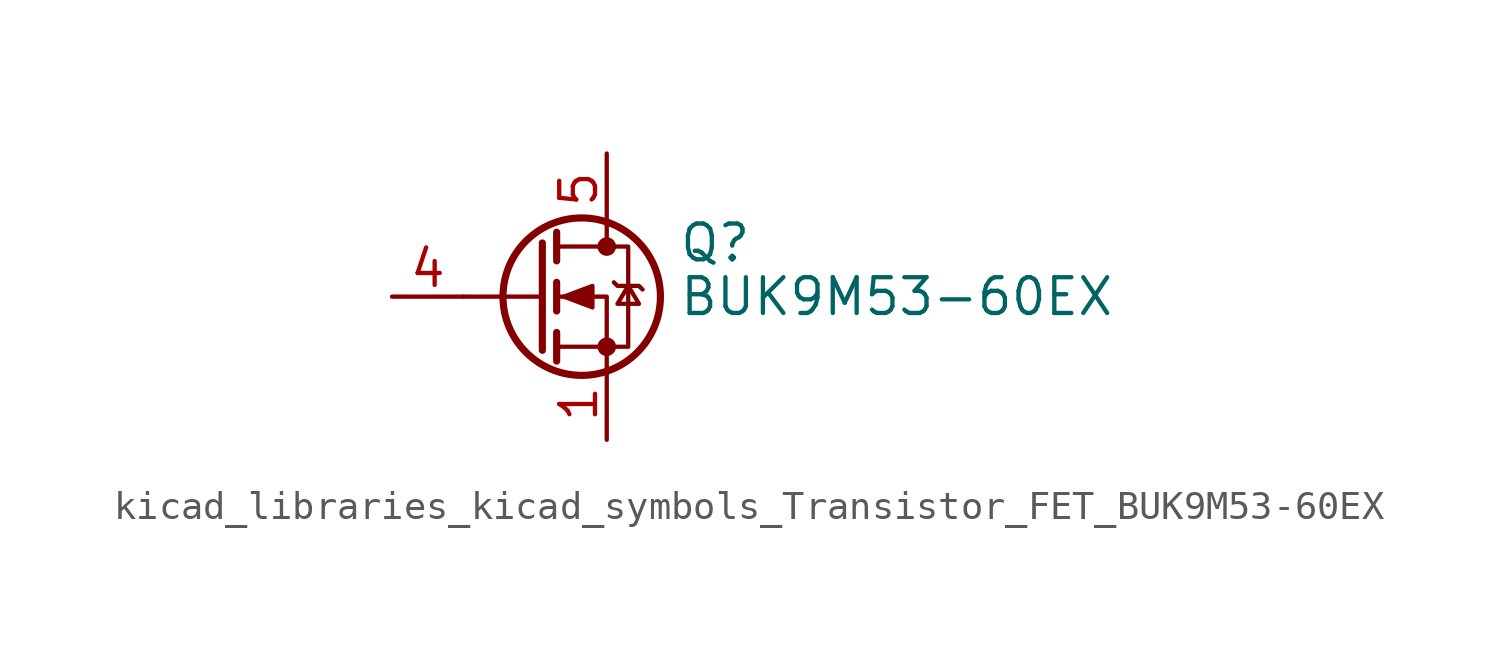
<source format=kicad_sym>
(kicad_symbol_lib
  (version 20220914)
  (generator kicad_symbol_editor)
  (symbol "kicad_libraries_kicad_symbols_Transistor_FET_BUK9M53-60EX"
    (pin_names hide)
    (property "Reference" "Q"
      (at 5.08 1.905 0)
      (effects (font (size 1.27 1.27)) (justify left)))
    (property "Value" "BUK9M53-60EX"
      (at 5.08 0 0)
      (effects (font (size 1.27 1.27)) (justify left)))
    (symbol "kicad_libraries_kicad_symbols_Transistor_FET_BUK9M53-60EX_0_1"
      (polyline (pts (xy 0.254 0) (xy -2.54 0)) (stroke (width 0) (type default)) (fill (type none)))
      (polyline (pts (xy 0.254 1.905) (xy 0.254 -1.905)) (stroke (width 0.254) (type default)) (fill (type none)))
      (polyline (pts (xy 0.762 -1.27) (xy 0.762 -2.286)) (stroke (width 0.254) (type default)) (fill (type none)))
      (polyline (pts (xy 0.762 0.508) (xy 0.762 -0.508)) (stroke (width 0.254) (type default)) (fill (type none)))
      (polyline (pts (xy 0.762 2.286) (xy 0.762 1.27)) (stroke (width 0.254) (type default)) (fill (type none)))
      (polyline (pts (xy 2.54 2.54) (xy 2.54 1.778)) (stroke (width 0) (type default)) (fill (type none)))
      (polyline (pts (xy 2.54 -2.54) (xy 2.54 0) (xy 0.762 0)) (stroke (width 0) (type default)) (fill (type none)))
      (polyline (pts (xy 0.762 -1.778) (xy 3.302 -1.778) (xy 3.302 1.778) (xy 0.762 1.778)) (stroke (width 0) (type default)) (fill (type none)))
      (polyline (pts (xy 1.016 0) (xy 2.032 0.381) (xy 2.032 -0.381) (xy 1.016 0)) (stroke (width 0) (type default)) (fill (type outline)))
      (polyline (pts (xy 2.794 0.508) (xy 2.921 0.381) (xy 3.683 0.381) (xy 3.81 0.254)) (stroke (width 0) (type default)) (fill (type none)))
      (polyline (pts (xy 3.302 0.381) (xy 2.921 -0.254) (xy 3.683 -0.254) (xy 3.302 0.381)) (stroke (width 0) (type default)) (fill (type none)))
      (circle (center 1.651 0) (radius 2.794) (stroke (width 0.254) (type default)) (fill (type none)))
      (circle (center 2.54 -1.778) (radius 0.254) (stroke (width 0) (type default)) (fill (type outline)))
      (circle (center 2.54 1.778) (radius 0.254) (stroke (width 0) (type default)) (fill (type outline))))
    (symbol "kicad_libraries_kicad_symbols_Transistor_FET_BUK9M53-60EX_1_1"
      (pin passive line (at 2.54 -5.08 90) (length 2.54) (name "S" (effects (font (size 1.27 1.27)))) (number "1" (effects (font (size 1.27 1.27)))))
      (pin passive line (at 2.54 -5.08 90) (length 2.54) hide (name "S" (effects (font (size 1.27 1.27)))) (number "2" (effects (font (size 1.27 1.27)))))
      (pin passive line (at 2.54 -5.08 90) (length 2.54) hide (name "S" (effects (font (size 1.27 1.27)))) (number "3" (effects (font (size 1.27 1.27)))))
      (pin passive line (at -5.08 0 0) (length 2.54) (name "G" (effects (font (size 1.27 1.27)))) (number "4" (effects (font (size 1.27 1.27)))))
      (pin passive line (at 2.54 5.08 270) (length 2.54) (name "D" (effects (font (size 1.27 1.27)))) (number "5" (effects (font (size 1.27 1.27))))))))
</source>
